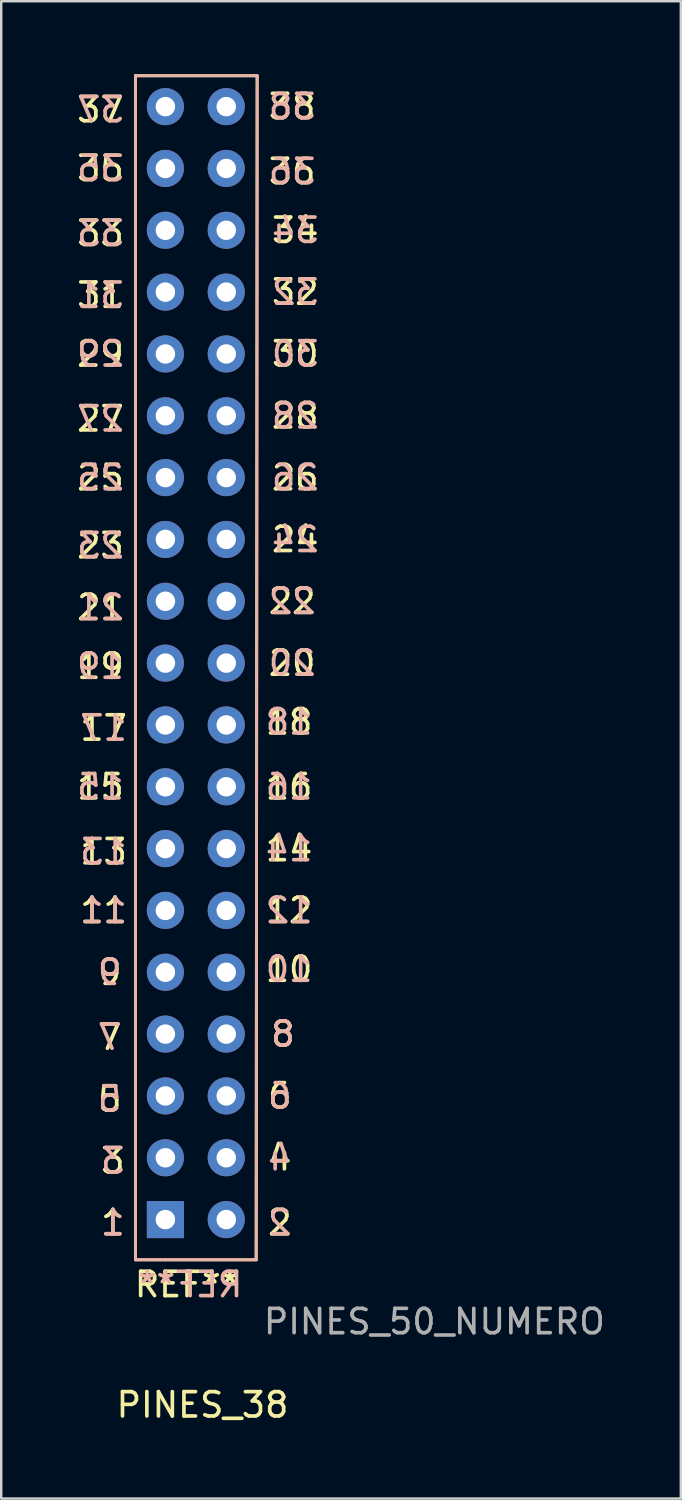
<source format=kicad_pcb>
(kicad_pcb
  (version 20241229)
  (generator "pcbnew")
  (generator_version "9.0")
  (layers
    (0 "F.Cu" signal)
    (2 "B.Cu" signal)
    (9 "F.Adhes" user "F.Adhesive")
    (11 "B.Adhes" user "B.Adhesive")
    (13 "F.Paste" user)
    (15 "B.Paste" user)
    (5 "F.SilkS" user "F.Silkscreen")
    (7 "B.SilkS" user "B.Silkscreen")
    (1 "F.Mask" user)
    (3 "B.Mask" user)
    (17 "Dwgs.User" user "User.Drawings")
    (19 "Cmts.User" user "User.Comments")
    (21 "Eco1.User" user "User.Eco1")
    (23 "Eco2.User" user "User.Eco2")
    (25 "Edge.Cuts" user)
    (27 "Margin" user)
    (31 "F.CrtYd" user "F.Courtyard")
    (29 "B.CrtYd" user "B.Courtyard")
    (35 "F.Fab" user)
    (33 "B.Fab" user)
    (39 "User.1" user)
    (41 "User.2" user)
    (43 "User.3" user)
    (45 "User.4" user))
  (footprint "PINES_38"
    (layer "F.Cu")
    (at 4.76 26.476)
    (property "Reference" "PINES_38" (at 0.508 28.186 0) (layer "F.SilkS") (effects (font (size 1 1) (thickness 0.15))))
    (attr through_hole)
    (fp_line (start -2.246 22.225) (end -2.246 -26.416) (stroke (width 0.12) (type solid)) (layer "F.SilkS"))
    (fp_line (start -1.016 22.225) (end -2.246 22.225) (stroke (width 0.12) (type solid)) (layer "F.SilkS"))
    (fp_line (start -1.016 22.225) (end 2.714 22.225) (stroke (width 0.12) (type solid)) (layer "F.SilkS"))
    (fp_line (start 2.714 22.225) (end 2.754 -26.416) (stroke (width 0.12) (type solid)) (layer "F.SilkS"))
    (fp_line (start 2.754 -26.416) (end -2.246 -26.416) (stroke (width 0.12) (type solid)) (layer "F.SilkS"))
    (fp_line (start -2.246 -26.416) (end -2.246 22.225) (stroke (width 0.12) (type solid)) (layer "B.SilkS"))
    (fp_line (start -2.246 -26.416) (end 2.754 -26.416) (stroke (width 0.12) (type solid)) (layer "B.SilkS"))
    (fp_line (start -2.246 22.225) (end 2.714 22.225) (stroke (width 0.12) (type solid)) (layer "B.SilkS"))
    (fp_line (start 2.754 -26.416) (end 2.714 22.225) (stroke (width 0.12) (type solid)) (layer "B.SilkS"))
    (fp_text user "3" (at -3.175 18.161 0) (layer "F.SilkS") (effects (font (size 1 1) (thickness 0.15))))
    (fp_text user "23" (at -3.683 -7.112 0) (layer "F.SilkS") (effects (font (size 1 1) (thickness 0.15))))
    (fp_text user "20" (at 4.191 -2.286 0) (layer "F.SilkS") (effects (font (size 1 1) (thickness 0.15))))
    (fp_text user "32" (at 4.318 -17.526 0) (layer "F.SilkS") (effects (font (size 1 1) (thickness 0.15))))
    (fp_text user "5" (at -3.302 15.621 0) (layer "F.SilkS") (effects (font (size 1 1) (thickness 0.15))))
    (fp_text user "38" (at 4.191 -25.146 0) (layer "F.SilkS") (effects (font (size 1 1) (thickness 0.15))))
    (fp_text user "1" (at -3.175 20.701 0) (layer "F.SilkS") (effects (font (size 1 1) (thickness 0.15))))
    (fp_text user "24" (at 4.318 -7.366 0) (layer "F.SilkS") (effects (font (size 1 1) (thickness 0.15))))
    (fp_text user "15" (at -3.683 2.794 0) (layer "F.SilkS") (effects (font (size 1 1) (thickness 0.15))))
    (fp_text user "6" (at 3.683 15.494 0) (layer "F.SilkS") (effects (font (size 1 1) (thickness 0.15))))
    (fp_text user "35" (at -3.683 -22.606 0) (layer "F.SilkS") (effects (font (size 1 1) (thickness 0.15))))
    (fp_text user "30" (at 4.318 -14.986 0) (layer "F.SilkS") (effects (font (size 1 1) (thickness 0.15))))
    (fp_text user "14" (at 4.064 5.334 0) (layer "F.SilkS") (effects (font (size 1 1) (thickness 0.15))))
    (fp_text user "37" (at -3.683 -25.019 0) (layer "F.SilkS") (effects (font (size 1 1) (thickness 0.15))))
    (fp_text user "26" (at 4.318 -9.906 0) (layer "F.SilkS") (effects (font (size 1 1) (thickness 0.15))))
    (fp_text user "8" (at 3.81 12.954 0) (layer "F.SilkS") (effects (font (size 1 1) (thickness 0.15))))
    (fp_text user "7" (at -3.302 13.081 0) (layer "F.SilkS") (effects (font (size 1 1) (thickness 0.15))))
    (fp_text user "18" (at 4.064 0.127 0) (layer "F.SilkS") (effects (font (size 1 1) (thickness 0.15))))
    (fp_text user "21" (at -3.683 -4.572 0) (layer "F.SilkS") (effects (font (size 1 1) (thickness 0.15))))
    (fp_text user "27" (at -3.683 -12.319 0) (layer "F.SilkS") (effects (font (size 1 1) (thickness 0.15))))
    (fp_text user "33" (at -3.683 -19.939 0) (layer "F.SilkS") (effects (font (size 1 1) (thickness 0.15))))
    (fp_text user "36" (at 4.191 -22.479 0) (layer "F.SilkS") (effects (font (size 1 1) (thickness 0.15))))
    (fp_text user "4" (at 3.683 18.034 0) (layer "F.SilkS") (effects (font (size 1 1) (thickness 0.15))))
    (fp_text user "12" (at 4.064 7.874 0) (layer "F.SilkS") (effects (font (size 1 1) (thickness 0.15))))
    (fp_text user "13" (at -3.556 5.461 0) (layer "F.SilkS") (effects (font (size 1 1) (thickness 0.15))))
    (fp_text user "19" (at -3.683 -2.159 0) (layer "F.SilkS") (effects (font (size 1 1) (thickness 0.15))))
    (fp_text user "REF**" (at -0.127 23.241 0) (layer "F.SilkS") (effects (font (size 1 1) (thickness 0.15))))
    (fp_text user "31" (at -3.683 -17.399 0) (layer "F.SilkS") (effects (font (size 1 1) (thickness 0.15))))
    (fp_text user "2" (at 3.683 20.701 0) (layer "F.SilkS") (effects (font (size 1 1) (thickness 0.15))))
    (fp_text user "22" (at 4.191 -4.826 0) (layer "F.SilkS") (effects (font (size 1 1) (thickness 0.15))))
    (fp_text user "34" (at 4.318 -20.066 0) (layer "F.SilkS") (effects (font (size 1 1) (thickness 0.15))))
    (fp_text user "28" (at 4.318 -12.446 0) (layer "F.SilkS") (effects (font (size 1 1) (thickness 0.15))))
    (fp_text user "9" (at -3.302 10.414 0) (layer "F.SilkS") (effects (font (size 1 1) (thickness 0.15))))
    (fp_text user "25" (at -3.683 -9.906 0) (layer "F.SilkS") (effects (font (size 1 1) (thickness 0.15))))
    (fp_text user "11" (at -3.556 7.874 0) (layer "F.SilkS") (effects (font (size 1 1) (thickness 0.15))))
    (fp_text user "17" (at -3.556 0.381 0) (layer "F.SilkS") (effects (font (size 1 1) (thickness 0.15))))
    (fp_text user "29" (at -3.683 -14.986 0) (layer "F.SilkS") (effects (font (size 1 1) (thickness 0.15))))
    (fp_text user "16" (at 4.064 2.794 0) (layer "F.SilkS") (effects (font (size 1 1) (thickness 0.15))))
    (fp_text user "10" (at 4.064 10.287 0) (layer "F.SilkS") (effects (font (size 1 1) (thickness 0.15))))
    (fp_text user "1" (at -3.175 20.701 0) (layer "B.SilkS") (effects (font (size 1 1) (thickness 0.15)) (justify mirror)))
    (fp_text user "14" (at 4.064 5.334 0) (layer "B.SilkS") (effects (font (size 1 1) (thickness 0.15)) (justify mirror)))
    (fp_text user "20" (at 4.191 -2.286 0) (layer "B.SilkS") (effects (font (size 1 1) (thickness 0.15)) (justify mirror)))
    (fp_text user "15" (at -3.683 2.794 0) (layer "B.SilkS") (effects (font (size 1 1) (thickness 0.15)) (justify mirror)))
    (fp_text user "32" (at 4.318 -17.526 0) (layer "B.SilkS") (effects (font (size 1 1) (thickness 0.15)) (justify mirror)))
    (fp_text user "18" (at 4.064 0.127 0) (layer "B.SilkS") (effects (font (size 1 1) (thickness 0.15)) (justify mirror)))
    (fp_text user "22" (at 4.191 -4.826 0) (layer "B.SilkS") (effects (font (size 1 1) (thickness 0.15)) (justify mirror)))
    (fp_text user "24" (at 4.318 -7.366 0) (layer "B.SilkS") (effects (font (size 1 1) (thickness 0.15)) (justify mirror)))
    (fp_text user "2" (at 3.683 20.701 0) (layer "B.SilkS") (effects (font (size 1 1) (thickness 0.15)) (justify mirror)))
    (fp_text user "19" (at -3.683 -2.159 0) (layer "B.SilkS") (effects (font (size 1 1) (thickness 0.15)) (justify mirror)))
    (fp_text user "34" (at 4.318 -20.066 0) (layer "B.SilkS") (effects (font (size 1 1) (thickness 0.15)) (justify mirror)))
    (fp_text user "38" (at 4.191 -25.146 0) (layer "B.SilkS") (effects (font (size 1 1) (thickness 0.15)) (justify mirror)))
    (fp_text user "21" (at -3.683 -4.572 0) (layer "B.SilkS") (effects (font (size 1 1) (thickness 0.15)) (justify mirror)))
    (fp_text user "31" (at -3.683 -17.399 0) (layer "B.SilkS") (effects (font (size 1 1) (thickness 0.15)) (justify mirror)))
    (fp_text user "33" (at -3.683 -19.939 0) (layer "B.SilkS") (effects (font (size 1 1) (thickness 0.15)) (justify mirror)))
    (fp_text user "3" (at -3.175 18.161 0) (layer "B.SilkS") (effects (font (size 1 1) (thickness 0.15)) (justify mirror)))
    (fp_text user "26" (at 4.318 -9.906 0) (layer "B.SilkS") (effects (font (size 1 1) (thickness 0.15)) (justify mirror)))
    (fp_text user "29" (at -3.683 -14.986 0) (layer "B.SilkS") (effects (font (size 1 1) (thickness 0.15)) (justify mirror)))
    (fp_text user "17" (at -3.556 0.381 0) (layer "B.SilkS") (effects (font (size 1 1) (thickness 0.15)) (justify mirror)))
    (fp_text user "28" (at 4.318 -12.446 0) (layer "B.SilkS") (effects (font (size 1 1) (thickness 0.15)) (justify mirror)))
    (fp_text user "16" (at 4.064 2.794 0) (layer "B.SilkS") (effects (font (size 1 1) (thickness 0.15)) (justify mirror)))
    (fp_text user "12" (at 4.064 7.874 0) (layer "B.SilkS") (effects (font (size 1 1) (thickness 0.15)) (justify mirror)))
    (fp_text user "REF**" (at 0 23.241 180) (layer "B.SilkS") (effects (font (size 1 1) (thickness 0.15)) (justify mirror)))
    (fp_text user "9" (at -3.302 10.414 0) (layer "B.SilkS") (effects (font (size 1 1) (thickness 0.15)) (justify mirror)))
    (fp_text user "27" (at -3.683 -12.319 0) (layer "B.SilkS") (effects (font (size 1 1) (thickness 0.15)) (justify mirror)))
    (fp_text user "4" (at 3.683 18.034 0) (layer "B.SilkS") (effects (font (size 1 1) (thickness 0.15)) (justify mirror)))
    (fp_text user "5" (at -3.302 15.621 0) (layer "B.SilkS") (effects (font (size 1 1) (thickness 0.15)) (justify mirror)))
    (fp_text user "7" (at -3.302 13.081 0) (layer "B.SilkS") (effects (font (size 1 1) (thickness 0.15)) (justify mirror)))
    (fp_text user "10" (at 4.064 10.287 0) (layer "B.SilkS") (effects (font (size 1 1) (thickness 0.15)) (justify mirror)))
    (fp_text user "8" (at 3.81 12.954 0) (layer "B.SilkS") (effects (font (size 1 1) (thickness 0.15)) (justify mirror)))
    (fp_text user "36" (at 4.191 -22.479 0) (layer "B.SilkS") (effects (font (size 1 1) (thickness 0.15)) (justify mirror)))
    (fp_text user "13" (at -3.556 5.461 0) (layer "B.SilkS") (effects (font (size 1 1) (thickness 0.15)) (justify mirror)))
    (fp_text user "23" (at -3.683 -7.112 0) (layer "B.SilkS") (effects (font (size 1 1) (thickness 0.15)) (justify mirror)))
    (fp_text user "6" (at 3.683 15.494 0) (layer "B.SilkS") (effects (font (size 1 1) (thickness 0.15)) (justify mirror)))
    (fp_text user "25" (at -3.683 -9.906 0) (layer "B.SilkS") (effects (font (size 1 1) (thickness 0.15)) (justify mirror)))
    (fp_text user "30" (at 4.318 -14.986 0) (layer "B.SilkS") (effects (font (size 1 1) (thickness 0.15)) (justify mirror)))
    (fp_text user "37" (at -3.683 -25.019 0) (layer "B.SilkS") (effects (font (size 1 1) (thickness 0.15)) (justify mirror)))
    (fp_text user "11" (at -3.556 7.874 0) (layer "B.SilkS") (effects (font (size 1 1) (thickness 0.15)) (justify mirror)))
    (fp_text user "35" (at -3.683 -22.606 0) (layer "B.SilkS") (effects (font (size 1 1) (thickness 0.15)) (justify mirror)))
    (fp_text user "PINES_50_NUMERO" (at 10.033 24.765 0) (layer "F.Fab") (effects (font (size 1 1) (thickness 0.15))))
    (pad "1" thru_hole rect (at -1.016 20.574) (size 1.524 1.524) (drill 0.8) (layers "*.Cu" "*.Mask"))
    (pad "2" thru_hole circle (at 1.484 20.574) (size 1.524 1.524) (drill 0.8) (layers "*.Cu" "*.Mask"))
    (pad "3" thru_hole circle (at -1.016 18.034) (size 1.524 1.524) (drill 0.8) (layers "*.Cu" "*.Mask"))
    (pad "4" thru_hole circle (at 1.484 18.034) (size 1.524 1.524) (drill 0.8) (layers "*.Cu" "*.Mask"))
    (pad "5" thru_hole circle (at -1.016 15.494) (size 1.524 1.524) (drill 0.8) (layers "*.Cu" "*.Mask"))
    (pad "6" thru_hole circle (at 1.484 15.494) (size 1.524 1.524) (drill 0.8) (layers "*.Cu" "*.Mask"))
    (pad "7" thru_hole circle (at -1.016 12.954) (size 1.524 1.524) (drill 0.8) (layers "*.Cu" "*.Mask"))
    (pad "8" thru_hole circle (at 1.484 12.954) (size 1.524 1.524) (drill 0.8) (layers "*.Cu" "*.Mask"))
    (pad "9" thru_hole circle (at -1.016 10.414) (size 1.524 1.524) (drill 0.8) (layers "*.Cu" "*.Mask"))
    (pad "10" thru_hole circle (at 1.484 10.414) (size 1.524 1.524) (drill 0.8) (layers "*.Cu" "*.Mask"))
    (pad "11" thru_hole circle (at -1.016 7.874) (size 1.524 1.524) (drill 0.8) (layers "*.Cu" "*.Mask"))
    (pad "12" thru_hole circle (at 1.484 7.874) (size 1.524 1.524) (drill 0.8) (layers "*.Cu" "*.Mask"))
    (pad "13" thru_hole circle (at -1.016 5.334) (size 1.524 1.524) (drill 0.8) (layers "*.Cu" "*.Mask"))
    (pad "14" thru_hole circle (at 1.484 5.334) (size 1.524 1.524) (drill 0.8) (layers "*.Cu" "*.Mask"))
    (pad "15" thru_hole circle (at -1.016 2.794) (size 1.524 1.524) (drill 0.8) (layers "*.Cu" "*.Mask"))
    (pad "16" thru_hole circle (at 1.484 2.794) (size 1.524 1.524) (drill 0.8) (layers "*.Cu" "*.Mask"))
    (pad "17" thru_hole circle (at -1.016 0.254) (size 1.524 1.524) (drill 0.8) (layers "*.Cu" "*.Mask"))
    (pad "18" thru_hole circle (at 1.484 0.254) (size 1.524 1.524) (drill 0.8) (layers "*.Cu" "*.Mask"))
    (pad "19" thru_hole circle (at -1.016 -2.286) (size 1.524 1.524) (drill 0.8) (layers "*.Cu" "*.Mask"))
    (pad "20" thru_hole circle (at 1.484 -2.286) (size 1.524 1.524) (drill 0.8) (layers "*.Cu" "*.Mask"))
    (pad "21" thru_hole circle (at -1.016 -4.826) (size 1.524 1.524) (drill 0.8) (layers "*.Cu" "*.Mask"))
    (pad "22" thru_hole circle (at 1.484 -4.826) (size 1.524 1.524) (drill 0.8) (layers "*.Cu" "*.Mask"))
    (pad "23" thru_hole circle (at -1.016 -7.366) (size 1.524 1.524) (drill 0.8) (layers "*.Cu" "*.Mask"))
    (pad "24" thru_hole circle (at 1.484 -7.366) (size 1.524 1.524) (drill 0.8) (layers "*.Cu" "*.Mask"))
    (pad "25" thru_hole circle (at -1.016 -9.906) (size 1.524 1.524) (drill 0.8) (layers "*.Cu" "*.Mask"))
    (pad "26" thru_hole circle (at 1.484 -9.906) (size 1.524 1.524) (drill 0.8) (layers "*.Cu" "*.Mask"))
    (pad "27" thru_hole circle (at -1.016 -12.446) (size 1.524 1.524) (drill 0.8) (layers "*.Cu" "*.Mask"))
    (pad "28" thru_hole circle (at 1.484 -12.446) (size 1.524 1.524) (drill 0.8) (layers "*.Cu" "*.Mask"))
    (pad "29" thru_hole circle (at -1.016 -14.986) (size 1.524 1.524) (drill 0.8) (layers "*.Cu" "*.Mask"))
    (pad "30" thru_hole circle (at 1.484 -14.986) (size 1.524 1.524) (drill 0.8) (layers "*.Cu" "*.Mask"))
    (pad "31" thru_hole circle (at -1.016 -17.526) (size 1.524 1.524) (drill 0.8) (layers "*.Cu" "*.Mask"))
    (pad "32" thru_hole circle (at 1.484 -17.526) (size 1.524 1.524) (drill 0.8) (layers "*.Cu" "*.Mask"))
    (pad "33" thru_hole circle (at -1.016 -20.066) (size 1.524 1.524) (drill 0.8) (layers "*.Cu" "*.Mask"))
    (pad "34" thru_hole circle (at 1.484 -20.066) (size 1.524 1.524) (drill 0.8) (layers "*.Cu" "*.Mask"))
    (pad "35" thru_hole circle (at -1.016 -22.606) (size 1.524 1.524) (drill 0.8) (layers "*.Cu" "*.Mask"))
    (pad "36" thru_hole circle (at 1.484 -22.606) (size 1.524 1.524) (drill 0.8) (layers "*.Cu" "*.Mask"))
    (pad "37" thru_hole circle (at -1.016 -25.146) (size 1.524 1.524) (drill 0.8) (layers "*.Cu" "*.Mask"))
    (pad "38" thru_hole circle (at 1.484 -25.146) (size 1.524 1.524) (drill 0.8) (layers "*.Cu" "*.Mask")))
  (gr_rect
    (start -3 -3)
    (end 24.918 58.51)
    (stroke (width 0.1) (type default))
    (fill no)
    (layer "Edge.Cuts")))
</source>
